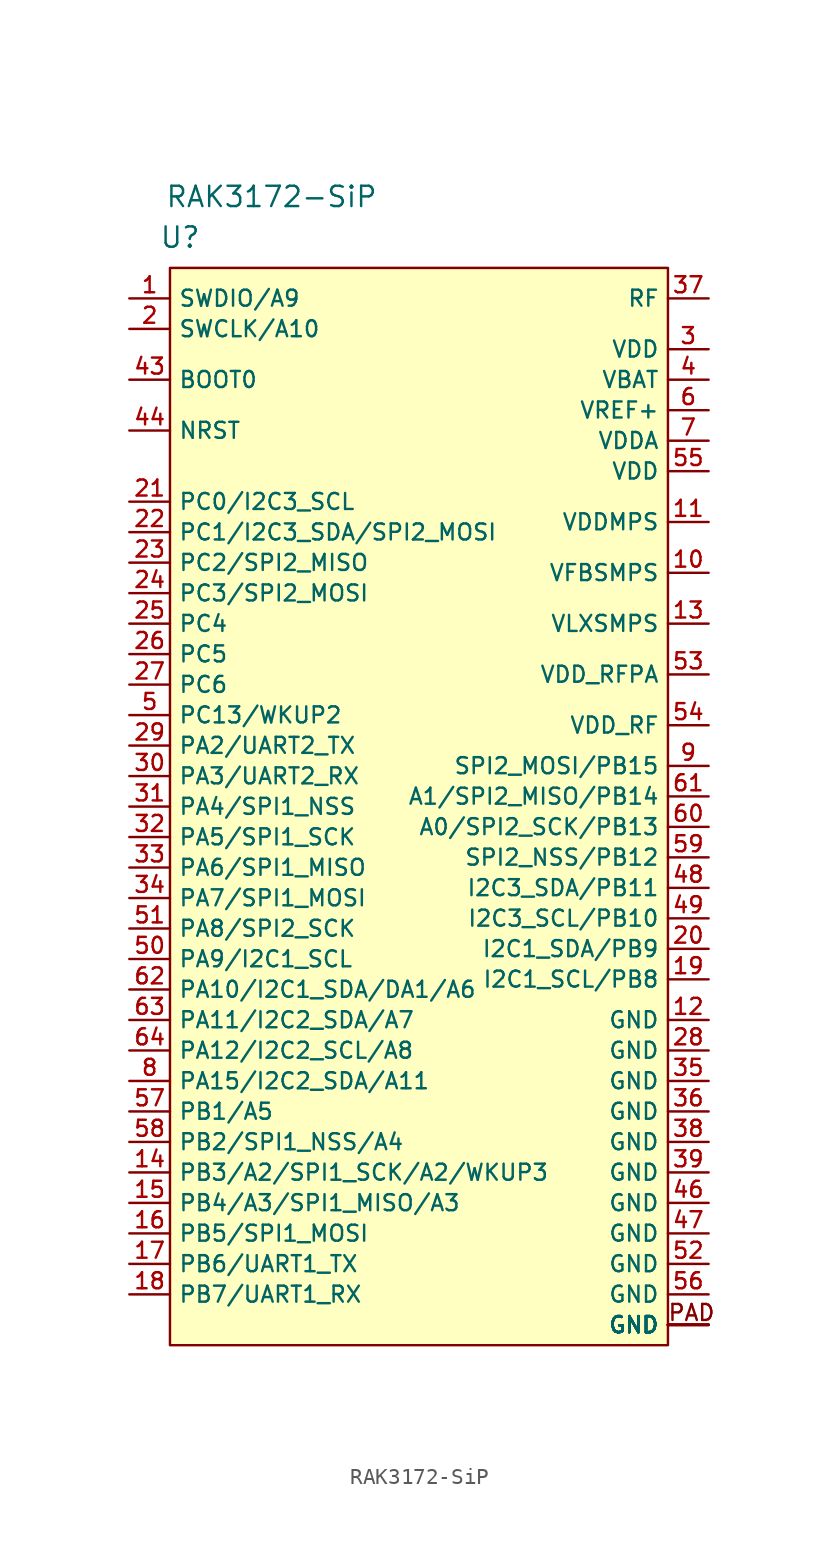
<source format=kicad_sym>
(kicad_symbol_lib
  (version 20211014)
  (generator kicad_symbol_editor)
  (symbol "RAK3172-SiP"
    (property "Reference" "U"
      (at -10.795 36.195 0)
      (effects (font (size 1.27 1.27))))
    (property "Value" "RAK3172-SiP"
      (at -5.08 38.735 0)
      (effects (font (size 1.27 1.27))))
    (symbol "RAK3172-SiP_0_0"
      (text "PAD" (at 21.158 -30.988 0) (effects (font (size 1 1)))))
    (symbol "RAK3172-SiP_0_1"
      (rectangle (start -11.43 34.29) (end 19.685 -33.02) (stroke (width 0) (type default) (color 0 0 0 0)) (fill (type background))))
    (symbol "RAK3172-SiP_1_1"
      (pin bidirectional line (at -13.97 32.385 0) (length 2.54) (name "SWDIO/A9" (effects (font (size 1 1)))) (number "1" (effects (font (size 1 1)))))
      (pin input line (at 22.225 15.24 180) (length 2.54) (name "VFBSMPS" (effects (font (size 1 1)))) (number "10" (effects (font (size 1 1)))))
      (pin power_in line (at 22.225 18.415 180) (length 2.54) (name "VDDMPS" (effects (font (size 1 1)))) (number "11" (effects (font (size 1 1)))))
      (pin power_in line (at 22.225 -12.7 180) (length 2.54) (name "GND" (effects (font (size 1 1)))) (number "12" (effects (font (size 1 1)))))
      (pin output line (at 22.225 12.065 180) (length 2.54) (name "VLXSMPS" (effects (font (size 1 1)))) (number "13" (effects (font (size 1 1)))))
      (pin bidirectional line (at -13.97 -22.225 0) (length 2.54) (name "PB3/A2/SPI1_SCK/A2/WKUP3" (effects (font (size 1 1)))) (number "14" (effects (font (size 1 1)))))
      (pin bidirectional line (at -13.97 -24.13 0) (length 2.54) (name "PB4/A3/SPI1_MISO/A3" (effects (font (size 1 1)))) (number "15" (effects (font (size 1 1)))))
      (pin bidirectional line (at -13.97 -26.035 0) (length 2.54) (name "PB5/SPI1_MOSI" (effects (font (size 1 1)))) (number "16" (effects (font (size 1 1)))))
      (pin bidirectional line (at -13.97 -27.94 0) (length 2.54) (name "PB6/UART1_TX" (effects (font (size 1 1)))) (number "17" (effects (font (size 1 1)))))
      (pin bidirectional line (at -13.97 -29.845 0) (length 2.54) (name "PB7/UART1_RX" (effects (font (size 1 1)))) (number "18" (effects (font (size 1 1)))))
      (pin bidirectional line (at 22.225 -10.16 180) (length 2.54) (name "I2C1_SCL/PB8" (effects (font (size 1 1)))) (number "19" (effects (font (size 1 1)))))
      (pin bidirectional line (at -13.97 30.48 0) (length 2.54) (name "SWCLK/A10" (effects (font (size 1 1)))) (number "2" (effects (font (size 1 1)))))
      (pin bidirectional line (at 22.225 -8.255 180) (length 2.54) (name "I2C1_SDA/PB9" (effects (font (size 1 1)))) (number "20" (effects (font (size 1 1)))))
      (pin bidirectional line (at -13.97 19.685 0) (length 2.54) (name "PC0/I2C3_SCL" (effects (font (size 1 1)))) (number "21" (effects (font (size 1 1)))))
      (pin bidirectional line (at -13.97 17.78 0) (length 2.54) (name "PC1/I2C3_SDA/SPI2_MOSI" (effects (font (size 1 1)))) (number "22" (effects (font (size 1 1)))))
      (pin bidirectional line (at -13.97 15.875 0) (length 2.54) (name "PC2/SPI2_MISO" (effects (font (size 1 1)))) (number "23" (effects (font (size 1 1)))))
      (pin bidirectional line (at -13.97 13.97 0) (length 2.54) (name "PC3/SPI2_MOSI" (effects (font (size 1 1)))) (number "24" (effects (font (size 1 1)))))
      (pin bidirectional line (at -13.97 12.065 0) (length 2.54) (name "PC4" (effects (font (size 1 1)))) (number "25" (effects (font (size 1 1)))))
      (pin bidirectional line (at -13.97 10.16 0) (length 2.54) (name "PC5" (effects (font (size 1 1)))) (number "26" (effects (font (size 1 1)))))
      (pin bidirectional line (at -13.97 8.255 0) (length 2.54) (name "PC6" (effects (font (size 1 1)))) (number "27" (effects (font (size 1 1)))))
      (pin power_in line (at 22.225 -14.605 180) (length 2.54) (name "GND" (effects (font (size 1 1)))) (number "28" (effects (font (size 1 1)))))
      (pin bidirectional line (at -13.97 4.445 0) (length 2.54) (name "PA2/UART2_TX" (effects (font (size 1 1)))) (number "29" (effects (font (size 1 1)))))
      (pin power_in line (at 22.225 29.21 180) (length 2.54) (name "VDD" (effects (font (size 1 1)))) (number "3" (effects (font (size 1 1)))))
      (pin bidirectional line (at -13.97 2.54 0) (length 2.54) (name "PA3/UART2_RX" (effects (font (size 1 1)))) (number "30" (effects (font (size 1 1)))))
      (pin bidirectional line (at -13.97 0.635 0) (length 2.54) (name "PA4/SPI1_NSS" (effects (font (size 1 1)))) (number "31" (effects (font (size 1 1)))))
      (pin bidirectional line (at -13.97 -1.27 0) (length 2.54) (name "PA5/SPI1_SCK" (effects (font (size 1 1)))) (number "32" (effects (font (size 1 1)))))
      (pin bidirectional line (at -13.97 -3.175 0) (length 2.54) (name "PA6/SPI1_MISO" (effects (font (size 1 1)))) (number "33" (effects (font (size 1 1)))))
      (pin bidirectional line (at -13.97 -5.08 0) (length 2.54) (name "PA7/SPI1_MOSI" (effects (font (size 1 1)))) (number "34" (effects (font (size 1 1)))))
      (pin power_in line (at 22.225 -16.51 180) (length 2.54) (name "GND" (effects (font (size 1 1)))) (number "35" (effects (font (size 1 1)))))
      (pin power_in line (at 22.225 -18.415 180) (length 2.54) (name "GND" (effects (font (size 1 1)))) (number "36" (effects (font (size 1 1)))))
      (pin passive line (at 22.225 32.385 180) (length 2.54) (name "RF" (effects (font (size 1 1)))) (number "37" (effects (font (size 1 1)))))
      (pin power_in line (at 22.225 -20.32 180) (length 2.54) (name "GND" (effects (font (size 1 1)))) (number "38" (effects (font (size 1 1)))))
      (pin power_in line (at 22.225 -22.225 180) (length 2.54) (name "GND" (effects (font (size 1 1)))) (number "39" (effects (font (size 1 1)))))
      (pin power_in line (at 22.225 27.305 180) (length 2.54) (name "VBAT" (effects (font (size 1 1)))) (number "4" (effects (font (size 1 1)))))
      (pin no_connect line (at 0.635 -13.335 0) (length 2.54) hide (name "NC" (effects (font (size 1 1)))) (number "40" (effects (font (size 1 1)))))
      (pin no_connect line (at 0.635 -15.24 0) (length 2.54) hide (name "NC" (effects (font (size 1 1)))) (number "41" (effects (font (size 1 1)))))
      (pin no_connect line (at 0.635 -17.145 0) (length 2.54) hide (name "NC" (effects (font (size 1 1)))) (number "42" (effects (font (size 1 1)))))
      (pin input line (at -13.97 27.305 0) (length 2.54) (name "BOOT0" (effects (font (size 1 1)))) (number "43" (effects (font (size 1 1)))))
      (pin input line (at -13.97 24.13 0) (length 2.54) (name "NRST" (effects (font (size 1 1)))) (number "44" (effects (font (size 1 1)))))
      (pin no_connect line (at 0.635 -19.05 0) (length 2.54) hide (name "NC" (effects (font (size 1 1)))) (number "45" (effects (font (size 1 1)))))
      (pin power_in line (at 22.225 -24.13 180) (length 2.54) (name "GND" (effects (font (size 1 1)))) (number "46" (effects (font (size 1 1)))))
      (pin power_in line (at 22.225 -26.035 180) (length 2.54) (name "GND" (effects (font (size 1 1)))) (number "47" (effects (font (size 1 1)))))
      (pin bidirectional line (at 22.225 -4.445 180) (length 2.54) (name "I2C3_SDA/PB11" (effects (font (size 1 1)))) (number "48" (effects (font (size 1 1)))))
      (pin bidirectional line (at 22.225 -6.35 180) (length 2.54) (name "I2C3_SCL/PB10" (effects (font (size 1 1)))) (number "49" (effects (font (size 1 1)))))
      (pin bidirectional line (at -13.97 6.35 0) (length 2.54) (name "PC13/WKUP2" (effects (font (size 1 1)))) (number "5" (effects (font (size 1 1)))))
      (pin bidirectional line (at -13.97 -8.89 0) (length 2.54) (name "PA9/I2C1_SCL" (effects (font (size 1 1)))) (number "50" (effects (font (size 1 1)))))
      (pin bidirectional line (at -13.97 -6.985 0) (length 2.54) (name "PA8/SPI2_SCK" (effects (font (size 1 1)))) (number "51" (effects (font (size 1 1)))))
      (pin power_in line (at 22.225 -27.94 180) (length 2.54) (name "GND" (effects (font (size 1 1)))) (number "52" (effects (font (size 1 1)))))
      (pin power_in line (at 22.225 8.89 180) (length 2.54) (name "VDD_RFPA" (effects (font (size 1 1)))) (number "53" (effects (font (size 1 1)))))
      (pin power_in line (at 22.225 5.715 180) (length 2.54) (name "VDD_RF" (effects (font (size 1 1)))) (number "54" (effects (font (size 1 1)))))
      (pin power_in line (at 22.225 21.59 180) (length 2.54) (name "VDD" (effects (font (size 1 1)))) (number "55" (effects (font (size 1 1)))))
      (pin power_in line (at 22.225 -29.845 180) (length 2.54) (name "GND" (effects (font (size 1 1)))) (number "56" (effects (font (size 1 1)))))
      (pin bidirectional line (at -13.97 -18.415 0) (length 2.54) (name "PB1/A5" (effects (font (size 1 1)))) (number "57" (effects (font (size 1 1)))))
      (pin bidirectional line (at -13.97 -20.32 0) (length 2.54) (name "PB2/SPI1_NSS/A4" (effects (font (size 1 1)))) (number "58" (effects (font (size 1 1)))))
      (pin bidirectional line (at 22.225 -2.54 180) (length 2.54) (name "SPI2_NSS/PB12" (effects (font (size 1 1)))) (number "59" (effects (font (size 1 1)))))
      (pin power_in line (at 22.225 25.4 180) (length 2.54) (name "VREF+" (effects (font (size 1 1)))) (number "6" (effects (font (size 1 1)))))
      (pin bidirectional line (at 22.225 -0.635 180) (length 2.54) (name "A0/SPI2_SCK/PB13" (effects (font (size 1 1)))) (number "60" (effects (font (size 1 1)))))
      (pin bidirectional line (at 22.225 1.27 180) (length 2.54) (name "A1/SPI2_MISO/PB14" (effects (font (size 1 1)))) (number "61" (effects (font (size 1 1)))))
      (pin bidirectional line (at -13.97 -10.795 0) (length 2.54) (name "PA10/I2C1_SDA/DA1/A6" (effects (font (size 1 1)))) (number "62" (effects (font (size 1 1)))))
      (pin bidirectional line (at -13.97 -12.7 0) (length 2.54) (name "PA11/I2C2_SDA/A7" (effects (font (size 1 1)))) (number "63" (effects (font (size 1 1)))))
      (pin bidirectional line (at -13.97 -14.605 0) (length 2.54) (name "PA12/I2C2_SCL/A8" (effects (font (size 1 1)))) (number "64" (effects (font (size 1 1)))))
      (pin power_in line (at 22.225 -31.75 180) (length 2.54) (name "GND" (effects (font (size 1 1)))) (number "65" (effects (font (size 0 0)))))
      (pin power_in line (at 22.225 -31.75 180) (length 2.54) (name "GND" (effects (font (size 1 1)))) (number "66" (effects (font (size 0 0)))))
      (pin power_in line (at 22.225 -31.75 180) (length 2.54) (name "GND" (effects (font (size 1 1)))) (number "67" (effects (font (size 0 0)))))
      (pin power_in line (at 22.225 -31.75 180) (length 2.54) (name "GND" (effects (font (size 1 1)))) (number "68" (effects (font (size 0 0)))))
      (pin power_in line (at 22.225 -31.75 180) (length 2.54) (name "GND" (effects (font (size 1 1)))) (number "69" (effects (font (size 0 0)))))
      (pin power_in line (at 22.225 23.495 180) (length 2.54) (name "VDDA" (effects (font (size 1 1)))) (number "7" (effects (font (size 1 1)))))
      (pin power_in line (at 22.225 -31.75 180) (length 2.54) (name "GND" (effects (font (size 1 1)))) (number "70" (effects (font (size 0 0)))))
      (pin power_in line (at 22.225 -31.75 180) (length 2.54) (name "GND" (effects (font (size 1 1)))) (number "71" (effects (font (size 0 0)))))
      (pin power_in line (at 22.225 -31.75 180) (length 2.54) (name "GND" (effects (font (size 1 1)))) (number "72" (effects (font (size 0 0)))))
      (pin power_in line (at 22.225 -31.75 180) (length 2.54) (name "GND" (effects (font (size 1 1)))) (number "73" (effects (font (size 0 0)))))
      (pin bidirectional line (at -13.97 -16.51 0) (length 2.54) (name "PA15/I2C2_SDA/A11" (effects (font (size 1 1)))) (number "8" (effects (font (size 1 1)))))
      (pin bidirectional line (at 22.225 3.175 180) (length 2.54) (name "SPI2_MOSI/PB15" (effects (font (size 1 1)))) (number "9" (effects (font (size 1 1))))))))
</source>
